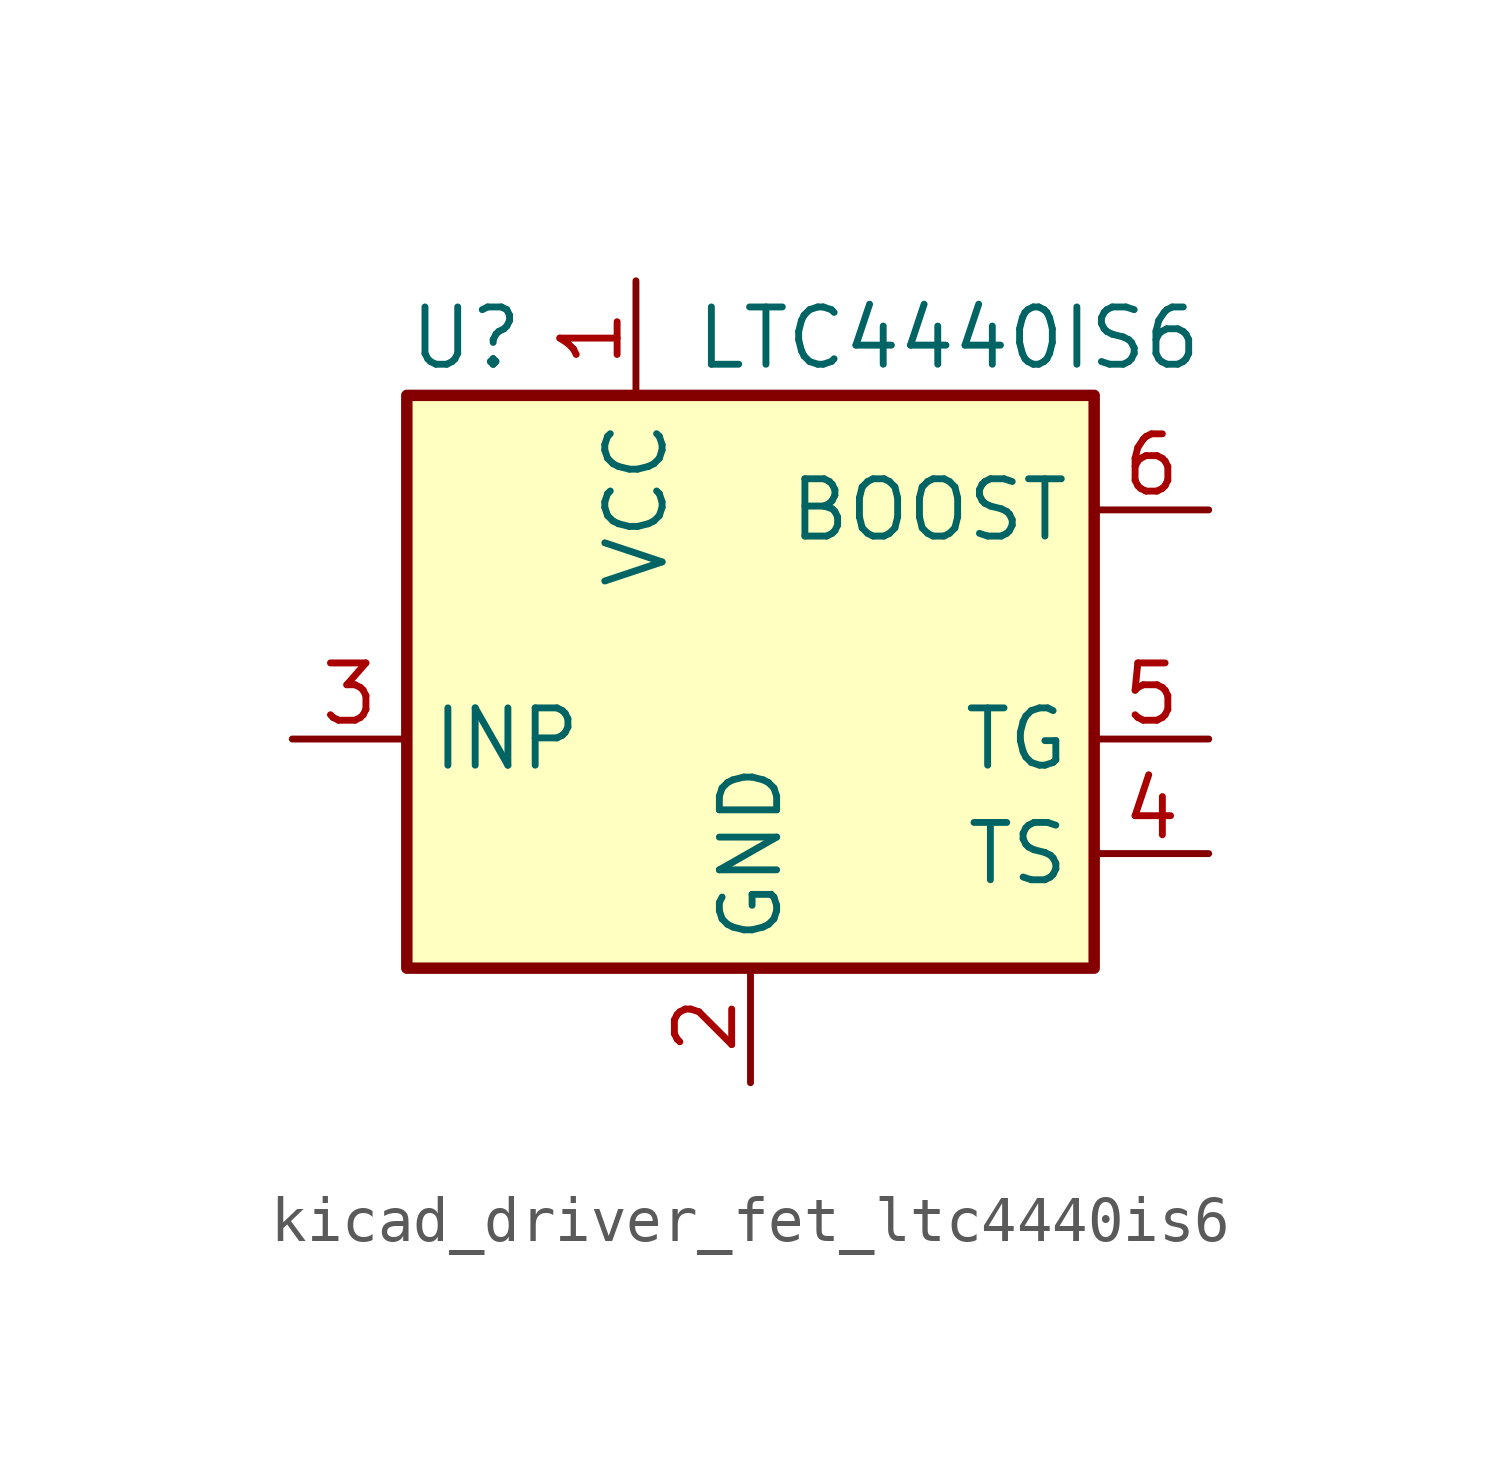
<source format=kicad_sym>
(kicad_symbol_lib
  (version 20220914)
  (generator kicad_symbol_editor)
  (symbol "kicad_driver_fet_ltc4440is6"
    (property "Reference" "U"
      (at -7.62 8.89 0)
      (effects (font (size 1.27 1.27)) (justify left)))
    (property "Value" "LTC4440IS6"
      (at -1.27 8.89 0)
      (effects (font (size 1.27 1.27)) (justify left)))
    (symbol "kicad_driver_fet_ltc4440is6_0_1"
      (rectangle (start -7.62 7.62) (end 7.62 -5.08) (stroke (width 0.254) (type default)) (fill (type background))))
    (symbol "kicad_driver_fet_ltc4440is6_1_1"
      (pin power_in line (at -2.54 10.16 270) (length 2.54) (name "VCC" (effects (font (size 1.27 1.27)))) (number "1" (effects (font (size 1.27 1.27)))))
      (pin power_in line (at 0 -7.62 90) (length 2.54) (name "GND" (effects (font (size 1.27 1.27)))) (number "2" (effects (font (size 1.27 1.27)))))
      (pin input line (at -10.16 0 0) (length 2.54) (name "INP" (effects (font (size 1.27 1.27)))) (number "3" (effects (font (size 1.27 1.27)))))
      (pin input line (at 10.16 -2.54 180) (length 2.54) (name "TS" (effects (font (size 1.27 1.27)))) (number "4" (effects (font (size 1.27 1.27)))))
      (pin output line (at 10.16 0 180) (length 2.54) (name "TG" (effects (font (size 1.27 1.27)))) (number "5" (effects (font (size 1.27 1.27)))))
      (pin input line (at 10.16 5.08 180) (length 2.54) (name "BOOST" (effects (font (size 1.27 1.27)))) (number "6" (effects (font (size 1.27 1.27))))))))
</source>
